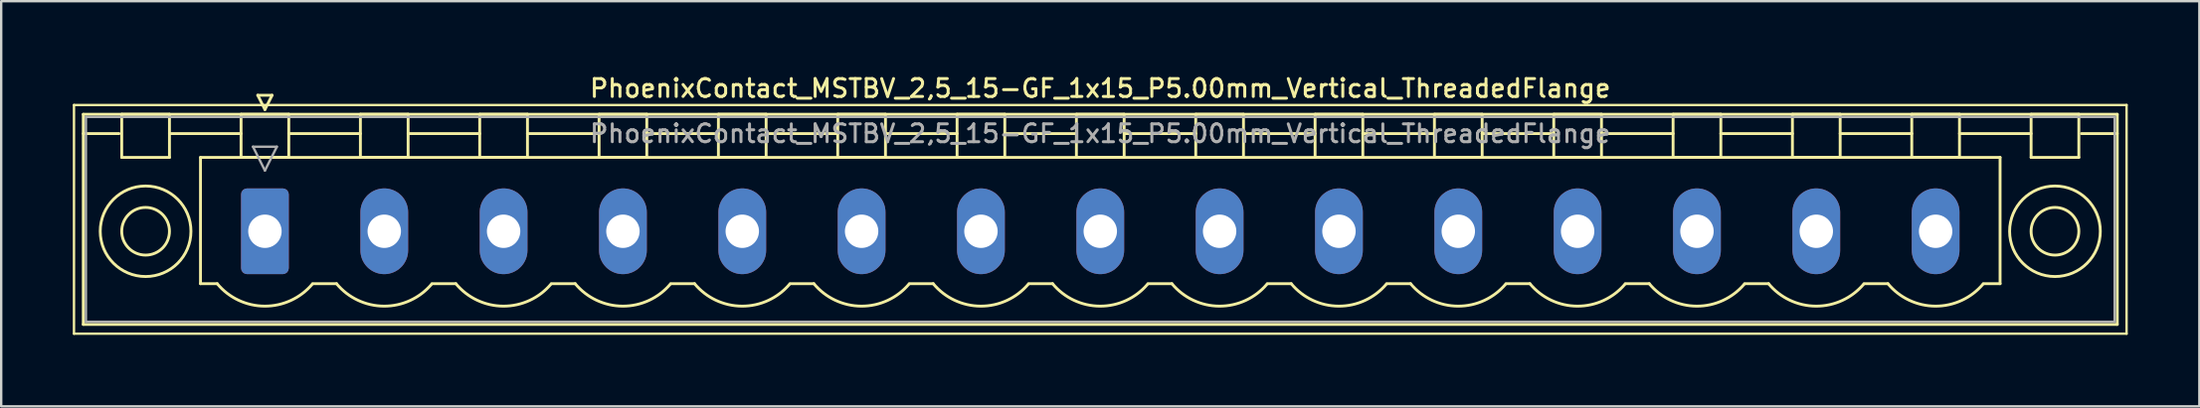
<source format=kicad_pcb>
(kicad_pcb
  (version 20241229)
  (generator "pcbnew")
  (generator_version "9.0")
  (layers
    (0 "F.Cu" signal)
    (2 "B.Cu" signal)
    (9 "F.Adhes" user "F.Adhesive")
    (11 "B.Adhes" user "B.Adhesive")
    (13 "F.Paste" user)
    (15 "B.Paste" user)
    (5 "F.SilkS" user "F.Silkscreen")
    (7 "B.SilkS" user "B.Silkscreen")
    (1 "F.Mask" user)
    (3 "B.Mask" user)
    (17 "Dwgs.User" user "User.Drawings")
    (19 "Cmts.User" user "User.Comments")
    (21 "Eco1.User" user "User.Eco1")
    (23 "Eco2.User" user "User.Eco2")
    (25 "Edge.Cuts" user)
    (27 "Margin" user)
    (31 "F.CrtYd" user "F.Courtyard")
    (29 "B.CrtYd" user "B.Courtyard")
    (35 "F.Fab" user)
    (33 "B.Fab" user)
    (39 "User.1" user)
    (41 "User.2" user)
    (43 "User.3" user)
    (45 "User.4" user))
  (footprint "PhoenixContact_MSTBV_2,5_15-GF_1x15_P5.00mm_Vertical_ThreadedFlange"
    (layer "F.Cu")
    (at 8.05 6.658)
    (property "Reference" "PhoenixContact_MSTBV_2,5_15-GF_1x15_P5.00mm_Vertical_ThreadedFlange" (at 35 -6 0) (layer "F.SilkS") (effects (font (size 0.75 0.75) (thickness 0.125))))
    (attr through_hole)
    (fp_line (start -8 -5.3) (end -8 4.3) (stroke (width 0.1) (type solid)) (layer "F.SilkS"))
    (fp_line (start -8 4.3) (end 78 4.3) (stroke (width 0.1) (type solid)) (layer "F.SilkS"))
    (fp_line (start -7.61 -4.91) (end -7.61 3.91) (stroke (width 0.12) (type solid)) (layer "F.SilkS"))
    (fp_line (start -7.61 -4.1) (end -6.11 -4.1) (stroke (width 0.12) (type solid)) (layer "F.SilkS"))
    (fp_line (start -7.61 3.91) (end 77.61 3.91) (stroke (width 0.12) (type solid)) (layer "F.SilkS"))
    (fp_line (start -6 -4.91) (end -4 -4.91) (stroke (width 0.12) (type solid)) (layer "F.SilkS"))
    (fp_line (start -6 -3.1) (end -6 -4.91) (stroke (width 0.12) (type solid)) (layer "F.SilkS"))
    (fp_line (start -4 -4.91) (end -4 -3.1) (stroke (width 0.12) (type solid)) (layer "F.SilkS"))
    (fp_line (start -4 -4.1) (end -1 -4.1) (stroke (width 0.12) (type solid)) (layer "F.SilkS"))
    (fp_line (start -4 -3.1) (end -6 -3.1) (stroke (width 0.12) (type solid)) (layer "F.SilkS"))
    (fp_line (start -2.7 -3.1) (end 72.7 -3.1) (stroke (width 0.12) (type solid)) (layer "F.SilkS"))
    (fp_line (start -2.7 2.2) (end -2.7 -3.1) (stroke (width 0.12) (type solid)) (layer "F.SilkS"))
    (fp_line (start -2 2.2) (end -2.7 2.2) (stroke (width 0.12) (type solid)) (layer "F.SilkS"))
    (fp_line (start -1 -4.91) (end 1 -4.91) (stroke (width 0.12) (type solid)) (layer "F.SilkS"))
    (fp_line (start -1 -3.1) (end -1 -4.91) (stroke (width 0.12) (type solid)) (layer "F.SilkS"))
    (fp_line (start -0.3 -5.71) (end 0.3 -5.71) (stroke (width 0.12) (type solid)) (layer "F.SilkS"))
    (fp_line (start 0 -5.11) (end -0.3 -5.71) (stroke (width 0.12) (type solid)) (layer "F.SilkS"))
    (fp_line (start 0.3 -5.71) (end 0 -5.11) (stroke (width 0.12) (type solid)) (layer "F.SilkS"))
    (fp_line (start 1 -4.91) (end 1 -3.1) (stroke (width 0.12) (type solid)) (layer "F.SilkS"))
    (fp_line (start 1 -4.1) (end 4 -4.1) (stroke (width 0.12) (type solid)) (layer "F.SilkS"))
    (fp_line (start 1 -3.1) (end -1 -3.1) (stroke (width 0.12) (type solid)) (layer "F.SilkS"))
    (fp_line (start 2 2.2) (end 3 2.2) (stroke (width 0.12) (type solid)) (layer "F.SilkS"))
    (fp_line (start 4 -4.91) (end 6 -4.91) (stroke (width 0.12) (type solid)) (layer "F.SilkS"))
    (fp_line (start 4 -3.1) (end 4 -4.91) (stroke (width 0.12) (type solid)) (layer "F.SilkS"))
    (fp_line (start 6 -4.91) (end 6 -3.1) (stroke (width 0.12) (type solid)) (layer "F.SilkS"))
    (fp_line (start 6 -4.1) (end 9 -4.1) (stroke (width 0.12) (type solid)) (layer "F.SilkS"))
    (fp_line (start 6 -3.1) (end 4 -3.1) (stroke (width 0.12) (type solid)) (layer "F.SilkS"))
    (fp_line (start 7 2.2) (end 8 2.2) (stroke (width 0.12) (type solid)) (layer "F.SilkS"))
    (fp_line (start 9 -4.91) (end 11 -4.91) (stroke (width 0.12) (type solid)) (layer "F.SilkS"))
    (fp_line (start 9 -3.1) (end 9 -4.91) (stroke (width 0.12) (type solid)) (layer "F.SilkS"))
    (fp_line (start 11 -4.91) (end 11 -3.1) (stroke (width 0.12) (type solid)) (layer "F.SilkS"))
    (fp_line (start 11 -4.1) (end 14 -4.1) (stroke (width 0.12) (type solid)) (layer "F.SilkS"))
    (fp_line (start 11 -3.1) (end 9 -3.1) (stroke (width 0.12) (type solid)) (layer "F.SilkS"))
    (fp_line (start 12 2.2) (end 13 2.2) (stroke (width 0.12) (type solid)) (layer "F.SilkS"))
    (fp_line (start 14 -4.91) (end 16 -4.91) (stroke (width 0.12) (type solid)) (layer "F.SilkS"))
    (fp_line (start 14 -3.1) (end 14 -4.91) (stroke (width 0.12) (type solid)) (layer "F.SilkS"))
    (fp_line (start 16 -4.91) (end 16 -3.1) (stroke (width 0.12) (type solid)) (layer "F.SilkS"))
    (fp_line (start 16 -4.1) (end 19 -4.1) (stroke (width 0.12) (type solid)) (layer "F.SilkS"))
    (fp_line (start 16 -3.1) (end 14 -3.1) (stroke (width 0.12) (type solid)) (layer "F.SilkS"))
    (fp_line (start 17 2.2) (end 18 2.2) (stroke (width 0.12) (type solid)) (layer "F.SilkS"))
    (fp_line (start 19 -4.91) (end 21 -4.91) (stroke (width 0.12) (type solid)) (layer "F.SilkS"))
    (fp_line (start 19 -3.1) (end 19 -4.91) (stroke (width 0.12) (type solid)) (layer "F.SilkS"))
    (fp_line (start 21 -4.91) (end 21 -3.1) (stroke (width 0.12) (type solid)) (layer "F.SilkS"))
    (fp_line (start 21 -4.1) (end 24 -4.1) (stroke (width 0.12) (type solid)) (layer "F.SilkS"))
    (fp_line (start 21 -3.1) (end 19 -3.1) (stroke (width 0.12) (type solid)) (layer "F.SilkS"))
    (fp_line (start 22 2.2) (end 23 2.2) (stroke (width 0.12) (type solid)) (layer "F.SilkS"))
    (fp_line (start 24 -4.91) (end 26 -4.91) (stroke (width 0.12) (type solid)) (layer "F.SilkS"))
    (fp_line (start 24 -3.1) (end 24 -4.91) (stroke (width 0.12) (type solid)) (layer "F.SilkS"))
    (fp_line (start 26 -4.91) (end 26 -3.1) (stroke (width 0.12) (type solid)) (layer "F.SilkS"))
    (fp_line (start 26 -4.1) (end 29 -4.1) (stroke (width 0.12) (type solid)) (layer "F.SilkS"))
    (fp_line (start 26 -3.1) (end 24 -3.1) (stroke (width 0.12) (type solid)) (layer "F.SilkS"))
    (fp_line (start 27 2.2) (end 28 2.2) (stroke (width 0.12) (type solid)) (layer "F.SilkS"))
    (fp_line (start 29 -4.91) (end 31 -4.91) (stroke (width 0.12) (type solid)) (layer "F.SilkS"))
    (fp_line (start 29 -3.1) (end 29 -4.91) (stroke (width 0.12) (type solid)) (layer "F.SilkS"))
    (fp_line (start 31 -4.91) (end 31 -3.1) (stroke (width 0.12) (type solid)) (layer "F.SilkS"))
    (fp_line (start 31 -4.1) (end 34 -4.1) (stroke (width 0.12) (type solid)) (layer "F.SilkS"))
    (fp_line (start 31 -3.1) (end 29 -3.1) (stroke (width 0.12) (type solid)) (layer "F.SilkS"))
    (fp_line (start 32 2.2) (end 33 2.2) (stroke (width 0.12) (type solid)) (layer "F.SilkS"))
    (fp_line (start 34 -4.91) (end 36 -4.91) (stroke (width 0.12) (type solid)) (layer "F.SilkS"))
    (fp_line (start 34 -3.1) (end 34 -4.91) (stroke (width 0.12) (type solid)) (layer "F.SilkS"))
    (fp_line (start 36 -4.91) (end 36 -3.1) (stroke (width 0.12) (type solid)) (layer "F.SilkS"))
    (fp_line (start 36 -4.1) (end 39 -4.1) (stroke (width 0.12) (type solid)) (layer "F.SilkS"))
    (fp_line (start 36 -3.1) (end 34 -3.1) (stroke (width 0.12) (type solid)) (layer "F.SilkS"))
    (fp_line (start 37 2.2) (end 38 2.2) (stroke (width 0.12) (type solid)) (layer "F.SilkS"))
    (fp_line (start 39 -4.91) (end 41 -4.91) (stroke (width 0.12) (type solid)) (layer "F.SilkS"))
    (fp_line (start 39 -3.1) (end 39 -4.91) (stroke (width 0.12) (type solid)) (layer "F.SilkS"))
    (fp_line (start 41 -4.91) (end 41 -3.1) (stroke (width 0.12) (type solid)) (layer "F.SilkS"))
    (fp_line (start 41 -4.1) (end 44 -4.1) (stroke (width 0.12) (type solid)) (layer "F.SilkS"))
    (fp_line (start 41 -3.1) (end 39 -3.1) (stroke (width 0.12) (type solid)) (layer "F.SilkS"))
    (fp_line (start 42 2.2) (end 43 2.2) (stroke (width 0.12) (type solid)) (layer "F.SilkS"))
    (fp_line (start 44 -4.91) (end 46 -4.91) (stroke (width 0.12) (type solid)) (layer "F.SilkS"))
    (fp_line (start 44 -3.1) (end 44 -4.91) (stroke (width 0.12) (type solid)) (layer "F.SilkS"))
    (fp_line (start 46 -4.91) (end 46 -3.1) (stroke (width 0.12) (type solid)) (layer "F.SilkS"))
    (fp_line (start 46 -4.1) (end 49 -4.1) (stroke (width 0.12) (type solid)) (layer "F.SilkS"))
    (fp_line (start 46 -3.1) (end 44 -3.1) (stroke (width 0.12) (type solid)) (layer "F.SilkS"))
    (fp_line (start 47 2.2) (end 48 2.2) (stroke (width 0.12) (type solid)) (layer "F.SilkS"))
    (fp_line (start 49 -4.91) (end 51 -4.91) (stroke (width 0.12) (type solid)) (layer "F.SilkS"))
    (fp_line (start 49 -3.1) (end 49 -4.91) (stroke (width 0.12) (type solid)) (layer "F.SilkS"))
    (fp_line (start 51 -4.91) (end 51 -3.1) (stroke (width 0.12) (type solid)) (layer "F.SilkS"))
    (fp_line (start 51 -4.1) (end 54 -4.1) (stroke (width 0.12) (type solid)) (layer "F.SilkS"))
    (fp_line (start 51 -3.1) (end 49 -3.1) (stroke (width 0.12) (type solid)) (layer "F.SilkS"))
    (fp_line (start 52 2.2) (end 53 2.2) (stroke (width 0.12) (type solid)) (layer "F.SilkS"))
    (fp_line (start 54 -4.91) (end 56 -4.91) (stroke (width 0.12) (type solid)) (layer "F.SilkS"))
    (fp_line (start 54 -3.1) (end 54 -4.91) (stroke (width 0.12) (type solid)) (layer "F.SilkS"))
    (fp_line (start 56 -4.91) (end 56 -3.1) (stroke (width 0.12) (type solid)) (layer "F.SilkS"))
    (fp_line (start 56 -4.1) (end 59 -4.1) (stroke (width 0.12) (type solid)) (layer "F.SilkS"))
    (fp_line (start 56 -3.1) (end 54 -3.1) (stroke (width 0.12) (type solid)) (layer "F.SilkS"))
    (fp_line (start 57 2.2) (end 58 2.2) (stroke (width 0.12) (type solid)) (layer "F.SilkS"))
    (fp_line (start 59 -4.91) (end 61 -4.91) (stroke (width 0.12) (type solid)) (layer "F.SilkS"))
    (fp_line (start 59 -3.1) (end 59 -4.91) (stroke (width 0.12) (type solid)) (layer "F.SilkS"))
    (fp_line (start 61 -4.91) (end 61 -3.1) (stroke (width 0.12) (type solid)) (layer "F.SilkS"))
    (fp_line (start 61 -4.1) (end 64 -4.1) (stroke (width 0.12) (type solid)) (layer "F.SilkS"))
    (fp_line (start 61 -3.1) (end 59 -3.1) (stroke (width 0.12) (type solid)) (layer "F.SilkS"))
    (fp_line (start 62 2.2) (end 63 2.2) (stroke (width 0.12) (type solid)) (layer "F.SilkS"))
    (fp_line (start 64 -4.91) (end 66 -4.91) (stroke (width 0.12) (type solid)) (layer "F.SilkS"))
    (fp_line (start 64 -3.1) (end 64 -4.91) (stroke (width 0.12) (type solid)) (layer "F.SilkS"))
    (fp_line (start 66 -4.91) (end 66 -3.1) (stroke (width 0.12) (type solid)) (layer "F.SilkS"))
    (fp_line (start 66 -4.1) (end 69 -4.1) (stroke (width 0.12) (type solid)) (layer "F.SilkS"))
    (fp_line (start 66 -3.1) (end 64 -3.1) (stroke (width 0.12) (type solid)) (layer "F.SilkS"))
    (fp_line (start 67 2.2) (end 68 2.2) (stroke (width 0.12) (type solid)) (layer "F.SilkS"))
    (fp_line (start 69 -4.91) (end 71 -4.91) (stroke (width 0.12) (type solid)) (layer "F.SilkS"))
    (fp_line (start 69 -3.1) (end 69 -4.91) (stroke (width 0.12) (type solid)) (layer "F.SilkS"))
    (fp_line (start 71 -4.91) (end 71 -3.1) (stroke (width 0.12) (type solid)) (layer "F.SilkS"))
    (fp_line (start 71 -4.1) (end 74 -4.1) (stroke (width 0.12) (type solid)) (layer "F.SilkS"))
    (fp_line (start 71 -3.1) (end 69 -3.1) (stroke (width 0.12) (type solid)) (layer "F.SilkS"))
    (fp_line (start 72.7 -3.1) (end 72.7 2.2) (stroke (width 0.12) (type solid)) (layer "F.SilkS"))
    (fp_line (start 72.7 2.2) (end 72 2.2) (stroke (width 0.12) (type solid)) (layer "F.SilkS"))
    (fp_line (start 74 -4.91) (end 76 -4.91) (stroke (width 0.12) (type solid)) (layer "F.SilkS"))
    (fp_line (start 74 -3.1) (end 74 -4.91) (stroke (width 0.12) (type solid)) (layer "F.SilkS"))
    (fp_line (start 76 -4.91) (end 76 -3.1) (stroke (width 0.12) (type solid)) (layer "F.SilkS"))
    (fp_line (start 76 -3.1) (end 74 -3.1) (stroke (width 0.12) (type solid)) (layer "F.SilkS"))
    (fp_line (start 77.61 -4.91) (end -7.61 -4.91) (stroke (width 0.12) (type solid)) (layer "F.SilkS"))
    (fp_line (start 77.61 -4.1) (end 76.11 -4.1) (stroke (width 0.12) (type solid)) (layer "F.SilkS"))
    (fp_line (start 77.61 3.91) (end 77.61 -4.91) (stroke (width 0.12) (type solid)) (layer "F.SilkS"))
    (fp_line (start 78 -5.3) (end -8 -5.3) (stroke (width 0.1) (type solid)) (layer "F.SilkS"))
    (fp_line (start 78 4.3) (end 78 -5.3) (stroke (width 0.1) (type solid)) (layer "F.SilkS"))
    (fp_arc (start 1.986842 2.215821) (mid -0.010289 3.142758) (end -2 2.2) (stroke (width 0.12) (type solid)) (layer "F.SilkS"))
    (fp_arc (start 6.986842 2.215821) (mid 4.989711 3.142758) (end 3 2.2) (stroke (width 0.12) (type solid)) (layer "F.SilkS"))
    (fp_arc (start 11.986842 2.215821) (mid 9.989711 3.142758) (end 8 2.2) (stroke (width 0.12) (type solid)) (layer "F.SilkS"))
    (fp_arc (start 16.986842 2.215821) (mid 14.989711 3.142758) (end 13 2.2) (stroke (width 0.12) (type solid)) (layer "F.SilkS"))
    (fp_arc (start 21.986842 2.215821) (mid 19.989711 3.142758) (end 18 2.2) (stroke (width 0.12) (type solid)) (layer "F.SilkS"))
    (fp_arc (start 26.986842 2.215821) (mid 24.989711 3.142758) (end 23 2.2) (stroke (width 0.12) (type solid)) (layer "F.SilkS"))
    (fp_arc (start 31.986842 2.215821) (mid 29.989711 3.142758) (end 28 2.2) (stroke (width 0.12) (type solid)) (layer "F.SilkS"))
    (fp_arc (start 36.986842 2.215821) (mid 34.989711 3.142758) (end 33 2.2) (stroke (width 0.12) (type solid)) (layer "F.SilkS"))
    (fp_arc (start 41.986842 2.215821) (mid 39.989711 3.142758) (end 38 2.2) (stroke (width 0.12) (type solid)) (layer "F.SilkS"))
    (fp_arc (start 46.986842 2.215821) (mid 44.989711 3.142758) (end 43 2.2) (stroke (width 0.12) (type solid)) (layer "F.SilkS"))
    (fp_arc (start 51.986842 2.215821) (mid 49.989711 3.142758) (end 48 2.2) (stroke (width 0.12) (type solid)) (layer "F.SilkS"))
    (fp_arc (start 56.986842 2.215821) (mid 54.989711 3.142758) (end 53 2.2) (stroke (width 0.12) (type solid)) (layer "F.SilkS"))
    (fp_arc (start 61.986842 2.215821) (mid 59.989711 3.142758) (end 58 2.2) (stroke (width 0.12) (type solid)) (layer "F.SilkS"))
    (fp_arc (start 66.986842 2.215821) (mid 64.989711 3.142758) (end 63 2.2) (stroke (width 0.12) (type solid)) (layer "F.SilkS"))
    (fp_arc (start 71.986842 2.215821) (mid 69.989711 3.142758) (end 68 2.2) (stroke (width 0.12) (type solid)) (layer "F.SilkS"))
    (fp_circle (center -5 0) (end -4 0) (stroke (width 0.12) (type solid)) (fill no) (layer "F.SilkS"))
    (fp_circle (center -5 0) (end -3.1 0) (stroke (width 0.12) (type solid)) (fill no) (layer "F.SilkS"))
    (fp_circle (center 75 0) (end 76 0) (stroke (width 0.12) (type solid)) (fill no) (layer "F.SilkS"))
    (fp_circle (center 75 0) (end 76.9 0) (stroke (width 0.12) (type solid)) (fill no) (layer "F.SilkS"))
    (fp_line (start -7.5 -4.8) (end -7.5 3.8) (stroke (width 0.1) (type solid)) (layer "F.Fab"))
    (fp_line (start -7.5 3.8) (end 77.5 3.8) (stroke (width 0.1) (type solid)) (layer "F.Fab"))
    (fp_line (start -0.5 -3.55) (end 0.5 -3.55) (stroke (width 0.1) (type solid)) (layer "F.Fab"))
    (fp_line (start 0 -2.55) (end -0.5 -3.55) (stroke (width 0.1) (type solid)) (layer "F.Fab"))
    (fp_line (start 0.5 -3.55) (end 0 -2.55) (stroke (width 0.1) (type solid)) (layer "F.Fab"))
    (fp_line (start 77.5 -4.8) (end -7.5 -4.8) (stroke (width 0.1) (type solid)) (layer "F.Fab"))
    (fp_line (start 77.5 3.8) (end 77.5 -4.8) (stroke (width 0.1) (type solid)) (layer "F.Fab"))
    (fp_text user "${REFERENCE}" (at 35 -4.1 0) (layer "F.Fab") (effects (font (size 0.75 0.75) (thickness 0.125))))
    (pad "1" thru_hole roundrect (at 0 0) (size 2 3.6) (drill 1.4) (layers "*.Cu" "*.Mask") (roundrect_rratio 0.125))
    (pad "2" thru_hole oval (at 5 0) (size 2 3.6) (drill 1.4) (layers "*.Cu" "*.Mask"))
    (pad "3" thru_hole oval (at 10 0) (size 2 3.6) (drill 1.4) (layers "*.Cu" "*.Mask"))
    (pad "4" thru_hole oval (at 15 0) (size 2 3.6) (drill 1.4) (layers "*.Cu" "*.Mask"))
    (pad "5" thru_hole oval (at 20 0) (size 2 3.6) (drill 1.4) (layers "*.Cu" "*.Mask"))
    (pad "6" thru_hole oval (at 25 0) (size 2 3.6) (drill 1.4) (layers "*.Cu" "*.Mask"))
    (pad "7" thru_hole oval (at 30 0) (size 2 3.6) (drill 1.4) (layers "*.Cu" "*.Mask"))
    (pad "8" thru_hole oval (at 35 0) (size 2 3.6) (drill 1.4) (layers "*.Cu" "*.Mask"))
    (pad "9" thru_hole oval (at 40 0) (size 2 3.6) (drill 1.4) (layers "*.Cu" "*.Mask"))
    (pad "10" thru_hole oval (at 45 0) (size 2 3.6) (drill 1.4) (layers "*.Cu" "*.Mask"))
    (pad "11" thru_hole oval (at 50 0) (size 2 3.6) (drill 1.4) (layers "*.Cu" "*.Mask"))
    (pad "12" thru_hole oval (at 55 0) (size 2 3.6) (drill 1.4) (layers "*.Cu" "*.Mask"))
    (pad "13" thru_hole oval (at 60 0) (size 2 3.6) (drill 1.4) (layers "*.Cu" "*.Mask"))
    (pad "14" thru_hole oval (at 65 0) (size 2 3.6) (drill 1.4) (layers "*.Cu" "*.Mask"))
    (pad "15" thru_hole oval (at 70 0) (size 2 3.6) (drill 1.4) (layers "*.Cu" "*.Mask")))
  (gr_rect
    (start -3 -3)
    (end 89.1 14.008)
    (stroke (width 0.1) (type default))
    (fill no)
    (layer "Edge.Cuts")))
</source>
